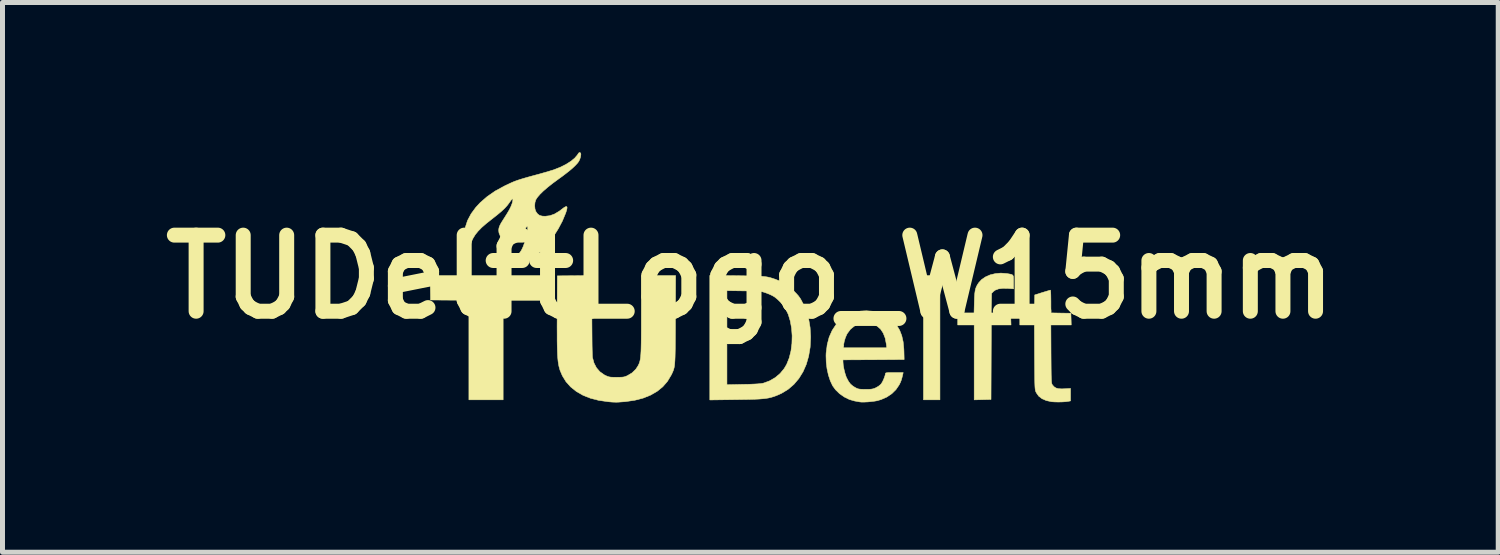
<source format=kicad_pcb>
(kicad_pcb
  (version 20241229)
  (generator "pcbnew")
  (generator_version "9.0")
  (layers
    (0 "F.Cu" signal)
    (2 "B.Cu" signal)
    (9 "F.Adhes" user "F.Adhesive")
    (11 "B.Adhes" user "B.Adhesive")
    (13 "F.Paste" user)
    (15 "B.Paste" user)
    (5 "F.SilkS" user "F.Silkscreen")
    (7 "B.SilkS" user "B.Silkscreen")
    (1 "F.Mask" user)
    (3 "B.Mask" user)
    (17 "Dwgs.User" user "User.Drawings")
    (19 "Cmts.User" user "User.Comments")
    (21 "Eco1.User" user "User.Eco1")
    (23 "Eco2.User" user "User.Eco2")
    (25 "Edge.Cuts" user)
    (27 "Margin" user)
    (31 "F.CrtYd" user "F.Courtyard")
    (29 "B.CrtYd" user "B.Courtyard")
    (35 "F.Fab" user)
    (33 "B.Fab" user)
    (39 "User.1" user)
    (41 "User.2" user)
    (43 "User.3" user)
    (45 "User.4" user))
  (footprint "TUDelftLogo_W15mm"
    (layer "F.Cu")
    (at 11.982 2.495)
    (property "Reference" "TUDelftLogo_W15mm" (at 0 0 0) (layer "F.SilkS") (effects (font (size 1.524 1.524) (thickness 0.3))))
    (attr through_hole)
    (fp_poly (pts (xy 3.797 2.464) (xy 3.467 2.464) (xy 3.467 -0.025) (xy 3.797 -0.025) (xy 3.797 2.464)) (stroke (width 0.01) (type solid)) (fill yes) (layer "F.SilkS"))
    (fp_poly (pts (xy -4.178 0.47) (xy -4.953 0.47) (xy -4.953 2.464) (xy -5.639 2.464) (xy -5.639 0.47) (xy -6.407 0.464) (xy -6.411 0.219) (xy -6.414 -0.025) (xy -4.178 -0.025) (xy -4.178 0.47)) (stroke (width 0.01) (type solid)) (fill yes) (layer "F.SilkS"))
    (fp_poly (pts (xy 5.128 -0.066) (xy 5.138 -0.065) (xy 5.195 -0.055) (xy 5.233 -0.047) (xy 5.255 -0.034) (xy 5.267 -0.013) (xy 5.27 0.022) (xy 5.271 0.075) (xy 5.271 0.102) (xy 5.271 0.241) (xy 5.159 0.233) (xy 5.054 0.231) (xy 4.97 0.242) (xy 4.906 0.266) (xy 4.869 0.293) (xy 4.832 0.332) (xy 4.828 0.528) (xy 4.824 0.723) (xy 5.019 0.727) (xy 5.213 0.73) (xy 5.217 0.848) (xy 5.221 0.965) (xy 4.826 0.965) (xy 4.823 1.711) (xy 4.82 2.457) (xy 4.651 2.461) (xy 4.483 2.465) (xy 4.483 0.965) (xy 4.153 0.965) (xy 4.153 0.724) (xy 4.48 0.724) (xy 4.486 0.505) (xy 4.489 0.411) (xy 4.494 0.338) (xy 4.502 0.28) (xy 4.513 0.233) (xy 4.529 0.193) (xy 4.551 0.153) (xy 4.572 0.121) (xy 4.632 0.055) (xy 4.71 0.002) (xy 4.803 -0.039) (xy 4.907 -0.064) (xy 5.017 -0.074) (xy 5.128 -0.066)) (stroke (width 0.01) (type solid)) (fill yes) (layer "F.SilkS"))
    (fp_poly (pts (xy 6.013 0.279) (xy 6.016 0.312) (xy 6.018 0.363) (xy 6.019 0.427) (xy 6.02 0.495) (xy 6.02 0.723) (xy 6.22 0.727) (xy 6.42 0.73) (xy 6.424 0.848) (xy 6.427 0.965) (xy 6.019 0.965) (xy 6.022 1.548) (xy 6.023 1.685) (xy 6.024 1.799) (xy 6.025 1.892) (xy 6.026 1.967) (xy 6.028 2.025) (xy 6.03 2.07) (xy 6.032 2.103) (xy 6.035 2.126) (xy 6.039 2.143) (xy 6.044 2.155) (xy 6.05 2.164) (xy 6.052 2.168) (xy 6.085 2.204) (xy 6.123 2.228) (xy 6.171 2.241) (xy 6.235 2.245) (xy 6.29 2.243) (xy 6.413 2.236) (xy 6.413 2.486) (xy 6.377 2.493) (xy 6.323 2.501) (xy 6.254 2.506) (xy 6.178 2.508) (xy 6.105 2.507) (xy 6.044 2.503) (xy 6.032 2.502) (xy 5.927 2.479) (xy 5.842 2.442) (xy 5.776 2.391) (xy 5.729 2.325) (xy 5.722 2.311) (xy 5.716 2.298) (xy 5.711 2.283) (xy 5.707 2.265) (xy 5.704 2.242) (xy 5.701 2.211) (xy 5.699 2.171) (xy 5.697 2.118) (xy 5.696 2.05) (xy 5.695 1.966) (xy 5.694 1.863) (xy 5.693 1.739) (xy 5.692 1.61) (xy 5.689 0.965) (xy 5.397 0.965) (xy 5.397 0.724) (xy 5.689 0.724) (xy 5.692 0.543) (xy 5.696 0.363) (xy 5.848 0.315) (xy 5.907 0.297) (xy 5.957 0.282) (xy 5.993 0.271) (xy 6.01 0.267) (xy 6.01 0.267) (xy 6.013 0.279)) (stroke (width 0.01) (type solid)) (fill yes) (layer "F.SilkS"))
    (fp_poly (pts (xy -0.276 -0.022) (xy -0.137 -0.02) (xy -0.021 -0.018) (xy 0.076 -0.016) (xy 0.155 -0.013) (xy 0.222 -0.01) (xy 0.277 -0.005) (xy 0.324 0.001) (xy 0.366 0.009) (xy 0.405 0.019) (xy 0.446 0.032) (xy 0.489 0.046) (xy 0.499 0.049) (xy 0.61 0.095) (xy 0.708 0.15) (xy 0.801 0.22) (xy 0.872 0.286) (xy 0.923 0.338) (xy 0.961 0.381) (xy 0.992 0.423) (xy 1.02 0.47) (xy 1.051 0.531) (xy 1.058 0.547) (xy 1.123 0.7) (xy 1.169 0.854) (xy 1.196 1.016) (xy 1.206 1.191) (xy 1.206 1.222) (xy 1.197 1.411) (xy 1.167 1.589) (xy 1.12 1.753) (xy 1.054 1.903) (xy 0.971 2.037) (xy 0.872 2.154) (xy 0.757 2.253) (xy 0.626 2.333) (xy 0.561 2.363) (xy 0.51 2.384) (xy 0.462 2.401) (xy 0.415 2.415) (xy 0.365 2.427) (xy 0.31 2.436) (xy 0.246 2.443) (xy 0.172 2.449) (xy 0.084 2.453) (xy -0.021 2.456) (xy -0.146 2.458) (xy -0.289 2.46) (xy -0.813 2.467) (xy -0.813 2.162) (xy -0.47 2.162) (xy -0.143 2.155) (xy -0.027 2.153) (xy 0.067 2.149) (xy 0.141 2.145) (xy 0.198 2.14) (xy 0.241 2.134) (xy 0.264 2.129) (xy 0.384 2.085) (xy 0.496 2.02) (xy 0.595 1.937) (xy 0.677 1.838) (xy 0.727 1.753) (xy 0.778 1.625) (xy 0.813 1.484) (xy 0.832 1.335) (xy 0.836 1.182) (xy 0.825 1.031) (xy 0.799 0.886) (xy 0.758 0.752) (xy 0.702 0.635) (xy 0.662 0.578) (xy 0.609 0.516) (xy 0.55 0.457) (xy 0.492 0.409) (xy 0.471 0.395) (xy 0.43 0.372) (xy 0.376 0.347) (xy 0.319 0.325) (xy 0.311 0.322) (xy 0.28 0.312) (xy 0.252 0.303) (xy 0.224 0.297) (xy 0.191 0.292) (xy 0.151 0.289) (xy 0.099 0.287) (xy 0.032 0.285) (xy -0.054 0.283) (xy -0.13 0.282) (xy -0.47 0.277) (xy -0.47 2.162) (xy -0.813 2.162) (xy -0.813 -0.028) (xy -0.276 -0.022)) (stroke (width 0.01) (type solid)) (fill yes) (layer "F.SilkS"))
    (fp_poly (pts (xy -3.175 0.759) (xy -3.175 0.9) (xy -3.174 1.035) (xy -3.173 1.162) (xy -3.172 1.279) (xy -3.171 1.382) (xy -3.169 1.47) (xy -3.167 1.54) (xy -3.165 1.589) (xy -3.163 1.616) (xy -3.163 1.616) (xy -3.133 1.727) (xy -3.084 1.822) (xy -3.016 1.901) (xy -2.929 1.963) (xy -2.898 1.979) (xy -2.863 1.994) (xy -2.832 2.004) (xy -2.797 2.01) (xy -2.751 2.012) (xy -2.687 2.013) (xy -2.68 2.013) (xy -2.614 2.012) (xy -2.566 2.01) (xy -2.53 2.005) (xy -2.499 1.995) (xy -2.465 1.981) (xy -2.462 1.979) (xy -2.37 1.924) (xy -2.296 1.852) (xy -2.256 1.792) (xy -2.242 1.766) (xy -2.23 1.74) (xy -2.22 1.713) (xy -2.212 1.683) (xy -2.205 1.648) (xy -2.199 1.605) (xy -2.195 1.552) (xy -2.191 1.488) (xy -2.189 1.411) (xy -2.187 1.318) (xy -2.186 1.208) (xy -2.185 1.078) (xy -2.185 0.926) (xy -2.185 0.765) (xy -2.184 -0.025) (xy -1.498 -0.025) (xy -1.502 0.86) (xy -1.502 1.037) (xy -1.503 1.19) (xy -1.504 1.322) (xy -1.505 1.435) (xy -1.507 1.53) (xy -1.509 1.609) (xy -1.512 1.675) (xy -1.516 1.73) (xy -1.52 1.775) (xy -1.526 1.812) (xy -1.534 1.844) (xy -1.543 1.873) (xy -1.554 1.9) (xy -1.566 1.927) (xy -1.58 1.957) (xy -1.589 1.973) (xy -1.662 2.095) (xy -1.755 2.202) (xy -1.868 2.294) (xy -2 2.37) (xy -2.149 2.43) (xy -2.316 2.473) (xy -2.5 2.5) (xy -2.523 2.502) (xy -2.593 2.507) (xy -2.646 2.511) (xy -2.688 2.512) (xy -2.728 2.511) (xy -2.773 2.509) (xy -2.83 2.504) (xy -2.857 2.501) (xy -3.039 2.475) (xy -3.205 2.432) (xy -3.354 2.373) (xy -3.486 2.297) (xy -3.599 2.207) (xy -3.693 2.102) (xy -3.767 1.982) (xy -3.814 1.871) (xy -3.825 1.832) (xy -3.836 1.791) (xy -3.844 1.746) (xy -3.852 1.695) (xy -3.858 1.636) (xy -3.863 1.567) (xy -3.866 1.486) (xy -3.869 1.391) (xy -3.871 1.28) (xy -3.871 1.15) (xy -3.872 1) (xy -3.871 0.828) (xy -3.871 0.724) (xy -3.867 -0.019) (xy -3.521 -0.022) (xy -3.175 -0.026) (xy -3.175 0.759)) (stroke (width 0.01) (type solid)) (fill yes) (layer "F.SilkS"))
    (fp_poly (pts (xy 2.467 0.691) (xy 2.595 0.722) (xy 2.71 0.774) (xy 2.814 0.847) (xy 2.859 0.888) (xy 2.933 0.975) (xy 2.99 1.071) (xy 3.032 1.179) (xy 3.06 1.303) (xy 3.074 1.445) (xy 3.076 1.494) (xy 3.08 1.657) (xy 2.467 1.661) (xy 1.854 1.664) (xy 1.855 1.705) (xy 1.86 1.773) (xy 1.875 1.852) (xy 1.895 1.932) (xy 1.918 2.002) (xy 1.927 2.023) (xy 1.965 2.094) (xy 2.005 2.148) (xy 2.053 2.189) (xy 2.098 2.217) (xy 2.129 2.233) (xy 2.157 2.244) (xy 2.188 2.25) (xy 2.228 2.253) (xy 2.285 2.254) (xy 2.305 2.254) (xy 2.37 2.254) (xy 2.417 2.251) (xy 2.452 2.245) (xy 2.485 2.235) (xy 2.516 2.221) (xy 2.565 2.193) (xy 2.607 2.159) (xy 2.621 2.143) (xy 2.644 2.107) (xy 2.667 2.059) (xy 2.687 2.009) (xy 2.701 1.964) (xy 2.705 1.937) (xy 2.708 1.929) (xy 2.721 1.924) (xy 2.746 1.92) (xy 2.788 1.918) (xy 2.85 1.918) (xy 2.883 1.918) (xy 3.061 1.918) (xy 3.053 1.953) (xy 3.037 2.02) (xy 3.022 2.071) (xy 3.005 2.115) (xy 2.982 2.161) (xy 2.98 2.165) (xy 2.916 2.259) (xy 2.833 2.341) (xy 2.732 2.409) (xy 2.618 2.459) (xy 2.54 2.482) (xy 2.488 2.491) (xy 2.423 2.499) (xy 2.355 2.506) (xy 2.289 2.509) (xy 2.233 2.51) (xy 2.197 2.507) (xy 2.167 2.502) (xy 2.124 2.494) (xy 2.089 2.488) (xy 1.984 2.458) (xy 1.882 2.408) (xy 1.787 2.342) (xy 1.706 2.263) (xy 1.647 2.182) (xy 1.601 2.084) (xy 1.563 1.969) (xy 1.535 1.842) (xy 1.519 1.71) (xy 1.515 1.58) (xy 1.517 1.525) (xy 1.531 1.422) (xy 1.867 1.422) (xy 2.732 1.422) (xy 2.723 1.349) (xy 2.7 1.228) (xy 2.661 1.128) (xy 2.608 1.048) (xy 2.539 0.988) (xy 2.455 0.949) (xy 2.357 0.93) (xy 2.269 0.93) (xy 2.168 0.948) (xy 2.08 0.989) (xy 2.004 1.051) (xy 1.942 1.134) (xy 1.929 1.158) (xy 1.902 1.221) (xy 1.881 1.29) (xy 1.869 1.354) (xy 1.867 1.381) (xy 1.867 1.422) (xy 1.531 1.422) (xy 1.539 1.358) (xy 1.578 1.209) (xy 1.637 1.076) (xy 1.713 0.96) (xy 1.773 0.892) (xy 1.868 0.81) (xy 1.97 0.75) (xy 2.083 0.709) (xy 2.21 0.686) (xy 2.324 0.681) (xy 2.467 0.691)) (stroke (width 0.01) (type solid)) (fill yes) (layer "F.SilkS"))
    (fp_poly (pts (xy -3.41 -2.487) (xy -3.399 -2.474) (xy -3.396 -2.449) (xy -3.403 -2.403) (xy -3.409 -2.381) (xy -3.422 -2.344) (xy -3.439 -2.311) (xy -3.463 -2.278) (xy -3.5 -2.238) (xy -3.529 -2.209) (xy -3.57 -2.171) (xy -3.628 -2.122) (xy -3.697 -2.068) (xy -3.772 -2.011) (xy -3.847 -1.957) (xy -3.848 -1.956) (xy -3.961 -1.873) (xy -4.062 -1.793) (xy -4.148 -1.719) (xy -4.217 -1.651) (xy -4.268 -1.591) (xy -4.299 -1.543) (xy -4.316 -1.486) (xy -4.321 -1.421) (xy -4.315 -1.359) (xy -4.298 -1.308) (xy -4.297 -1.307) (xy -4.263 -1.26) (xy -4.224 -1.231) (xy -4.172 -1.216) (xy -4.111 -1.213) (xy -4.018 -1.224) (xy -3.925 -1.257) (xy -3.83 -1.314) (xy -3.782 -1.35) (xy -3.732 -1.388) (xy -3.697 -1.407) (xy -3.678 -1.406) (xy -3.672 -1.385) (xy -3.679 -1.343) (xy -3.699 -1.28) (xy -3.704 -1.268) (xy -3.766 -1.118) (xy -3.847 -0.965) (xy -3.941 -0.815) (xy -4.045 -0.675) (xy -4.058 -0.66) (xy -4.189 -0.518) (xy -4.326 -0.399) (xy -4.466 -0.303) (xy -4.611 -0.233) (xy -4.686 -0.206) (xy -4.742 -0.191) (xy -4.802 -0.18) (xy -4.859 -0.172) (xy -4.908 -0.169) (xy -4.943 -0.17) (xy -4.959 -0.177) (xy -4.963 -0.192) (xy -4.954 -0.207) (xy -4.928 -0.225) (xy -4.882 -0.248) (xy -4.873 -0.253) (xy -4.799 -0.298) (xy -4.724 -0.361) (xy -4.654 -0.436) (xy -4.597 -0.516) (xy -4.579 -0.547) (xy -4.555 -0.598) (xy -4.532 -0.66) (xy -4.511 -0.727) (xy -4.492 -0.797) (xy -4.477 -0.863) (xy -4.466 -0.922) (xy -4.461 -0.969) (xy -4.463 -1) (xy -4.468 -1.008) (xy -4.481 -1.003) (xy -4.5 -0.981) (xy -4.513 -0.962) (xy -4.558 -0.899) (xy -4.616 -0.841) (xy -4.681 -0.791) (xy -4.749 -0.752) (xy -4.813 -0.729) (xy -4.851 -0.724) (xy -4.915 -0.736) (xy -4.97 -0.768) (xy -5.011 -0.817) (xy -5.036 -0.878) (xy -5.042 -0.924) (xy -5.04 -0.96) (xy -5.032 -0.995) (xy -5.017 -1.033) (xy -4.992 -1.08) (xy -4.955 -1.139) (xy -4.928 -1.181) (xy -4.872 -1.27) (xy -4.829 -1.343) (xy -4.798 -1.406) (xy -4.776 -1.462) (xy -4.767 -1.492) (xy -4.758 -1.537) (xy -4.758 -1.56) (xy -4.769 -1.56) (xy -4.792 -1.537) (xy -4.825 -1.492) (xy -4.832 -1.481) (xy -4.871 -1.429) (xy -4.922 -1.373) (xy -4.987 -1.312) (xy -5.068 -1.244) (xy -5.168 -1.165) (xy -5.181 -1.155) (xy -5.292 -1.067) (xy -5.383 -0.988) (xy -5.455 -0.914) (xy -5.511 -0.845) (xy -5.553 -0.777) (xy -5.559 -0.766) (xy -5.578 -0.725) (xy -5.592 -0.69) (xy -5.601 -0.655) (xy -5.607 -0.612) (xy -5.611 -0.554) (xy -5.614 -0.513) (xy -5.621 -0.429) (xy -5.63 -0.37) (xy -5.641 -0.336) (xy -5.654 -0.328) (xy -5.669 -0.344) (xy -5.685 -0.387) (xy -5.702 -0.454) (xy -5.714 -0.512) (xy -5.736 -0.681) (xy -5.736 -0.84) (xy -5.712 -0.988) (xy -5.666 -1.128) (xy -5.595 -1.262) (xy -5.501 -1.39) (xy -5.412 -1.486) (xy -5.273 -1.607) (xy -5.113 -1.718) (xy -4.929 -1.818) (xy -4.909 -1.828) (xy -4.841 -1.86) (xy -4.783 -1.887) (xy -4.729 -1.91) (xy -4.674 -1.93) (xy -4.614 -1.95) (xy -4.545 -1.971) (xy -4.462 -1.995) (xy -4.36 -2.023) (xy -4.323 -2.033) (xy -4.234 -2.057) (xy -4.146 -2.082) (xy -4.064 -2.105) (xy -3.994 -2.127) (xy -3.941 -2.143) (xy -3.928 -2.148) (xy -3.804 -2.197) (xy -3.693 -2.253) (xy -3.597 -2.314) (xy -3.52 -2.377) (xy -3.465 -2.441) (xy -3.448 -2.469) (xy -3.429 -2.49) (xy -3.41 -2.487)) (stroke (width 0.01) (type solid)) (fill yes) (layer "F.SilkS")))
  (gr_rect
    (start -3 -3)
    (end 26.963 8.012)
    (stroke (width 0.1) (type default))
    (fill no)
    (layer "Edge.Cuts")))
</source>
